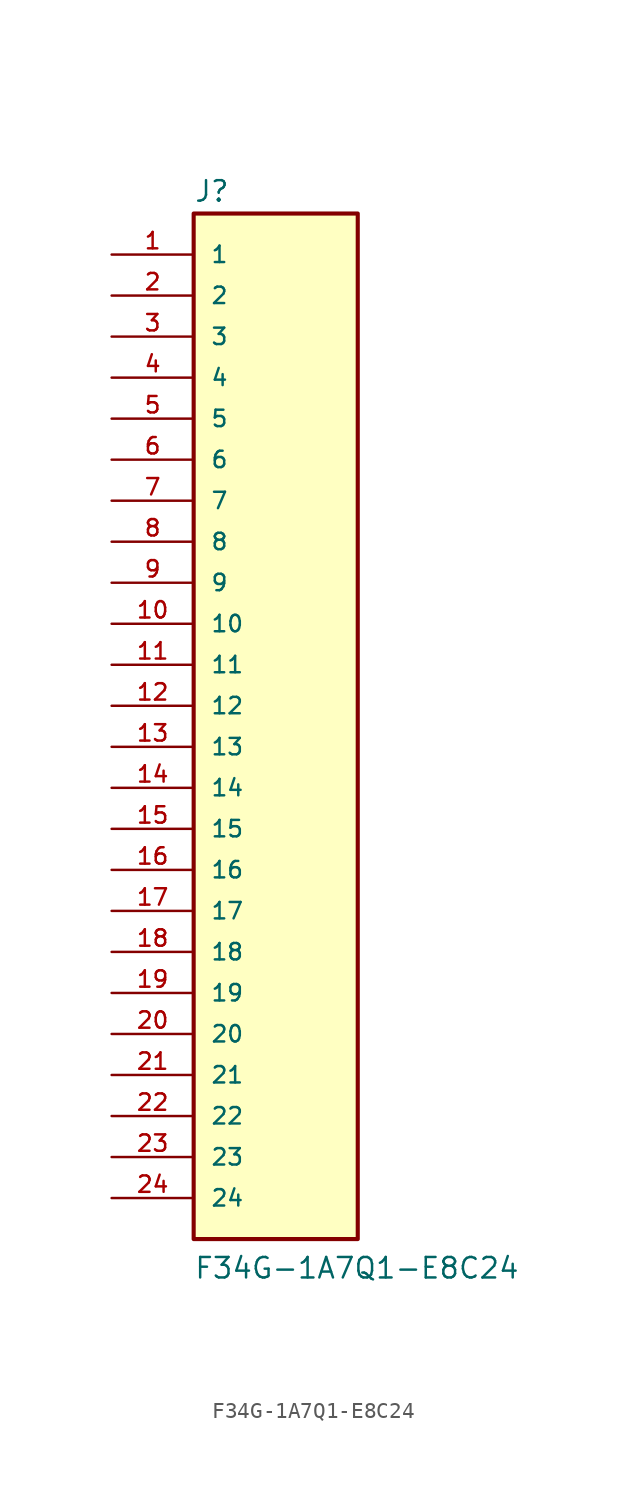
<source format=kicad_sym>
(kicad_symbol_lib
  (version 20211014)
  (generator kicad_symbol_editor)
  (symbol "F34G-1A7Q1-E8C24"
    (pin_names
      (offset 1.016))
    (property "Reference" "J"
      (at -5.08 31.115 0)
      (effects (font (size 1.27 1.27)) (justify bottom left)))
    (property "Value" "F34G-1A7Q1-E8C24"
      (at -5.08 -35.56 0)
      (effects (font (size 1.27 1.27)) (justify bottom left)))
    (symbol "F34G-1A7Q1-E8C24_0_0"
      (rectangle (start -5.08 -33.02) (end 5.08 30.48) (stroke (width 0.254)) (fill (type background)))
      (pin passive line (at -10.16 27.94 0) (length 5.08) (name "1" (effects (font (size 1.016 1.016)))) (number "1" (effects (font (size 1.016 1.016)))))
      (pin passive line (at -10.16 25.4 0) (length 5.08) (name "2" (effects (font (size 1.016 1.016)))) (number "2" (effects (font (size 1.016 1.016)))))
      (pin passive line (at -10.16 22.86 0) (length 5.08) (name "3" (effects (font (size 1.016 1.016)))) (number "3" (effects (font (size 1.016 1.016)))))
      (pin passive line (at -10.16 20.32 0) (length 5.08) (name "4" (effects (font (size 1.016 1.016)))) (number "4" (effects (font (size 1.016 1.016)))))
      (pin passive line (at -10.16 17.78 0) (length 5.08) (name "5" (effects (font (size 1.016 1.016)))) (number "5" (effects (font (size 1.016 1.016)))))
      (pin passive line (at -10.16 15.24 0) (length 5.08) (name "6" (effects (font (size 1.016 1.016)))) (number "6" (effects (font (size 1.016 1.016)))))
      (pin passive line (at -10.16 12.7 0) (length 5.08) (name "7" (effects (font (size 1.016 1.016)))) (number "7" (effects (font (size 1.016 1.016)))))
      (pin passive line (at -10.16 10.16 0) (length 5.08) (name "8" (effects (font (size 1.016 1.016)))) (number "8" (effects (font (size 1.016 1.016)))))
      (pin passive line (at -10.16 7.62 0) (length 5.08) (name "9" (effects (font (size 1.016 1.016)))) (number "9" (effects (font (size 1.016 1.016)))))
      (pin passive line (at -10.16 5.08 0) (length 5.08) (name "10" (effects (font (size 1.016 1.016)))) (number "10" (effects (font (size 1.016 1.016)))))
      (pin passive line (at -10.16 2.54 0) (length 5.08) (name "11" (effects (font (size 1.016 1.016)))) (number "11" (effects (font (size 1.016 1.016)))))
      (pin passive line (at -10.16 0.0 0) (length 5.08) (name "12" (effects (font (size 1.016 1.016)))) (number "12" (effects (font (size 1.016 1.016)))))
      (pin passive line (at -10.16 -2.54 0) (length 5.08) (name "13" (effects (font (size 1.016 1.016)))) (number "13" (effects (font (size 1.016 1.016)))))
      (pin passive line (at -10.16 -5.08 0) (length 5.08) (name "14" (effects (font (size 1.016 1.016)))) (number "14" (effects (font (size 1.016 1.016)))))
      (pin passive line (at -10.16 -7.62 0) (length 5.08) (name "15" (effects (font (size 1.016 1.016)))) (number "15" (effects (font (size 1.016 1.016)))))
      (pin passive line (at -10.16 -10.16 0) (length 5.08) (name "16" (effects (font (size 1.016 1.016)))) (number "16" (effects (font (size 1.016 1.016)))))
      (pin passive line (at -10.16 -12.7 0) (length 5.08) (name "17" (effects (font (size 1.016 1.016)))) (number "17" (effects (font (size 1.016 1.016)))))
      (pin passive line (at -10.16 -15.24 0) (length 5.08) (name "18" (effects (font (size 1.016 1.016)))) (number "18" (effects (font (size 1.016 1.016)))))
      (pin passive line (at -10.16 -17.78 0) (length 5.08) (name "19" (effects (font (size 1.016 1.016)))) (number "19" (effects (font (size 1.016 1.016)))))
      (pin passive line (at -10.16 -20.32 0) (length 5.08) (name "20" (effects (font (size 1.016 1.016)))) (number "20" (effects (font (size 1.016 1.016)))))
      (pin passive line (at -10.16 -22.86 0) (length 5.08) (name "21" (effects (font (size 1.016 1.016)))) (number "21" (effects (font (size 1.016 1.016)))))
      (pin passive line (at -10.16 -25.4 0) (length 5.08) (name "22" (effects (font (size 1.016 1.016)))) (number "22" (effects (font (size 1.016 1.016)))))
      (pin passive line (at -10.16 -27.94 0) (length 5.08) (name "23" (effects (font (size 1.016 1.016)))) (number "23" (effects (font (size 1.016 1.016)))))
      (pin passive line (at -10.16 -30.48 0) (length 5.08) (name "24" (effects (font (size 1.016 1.016)))) (number "24" (effects (font (size 1.016 1.016))))))))
</source>
